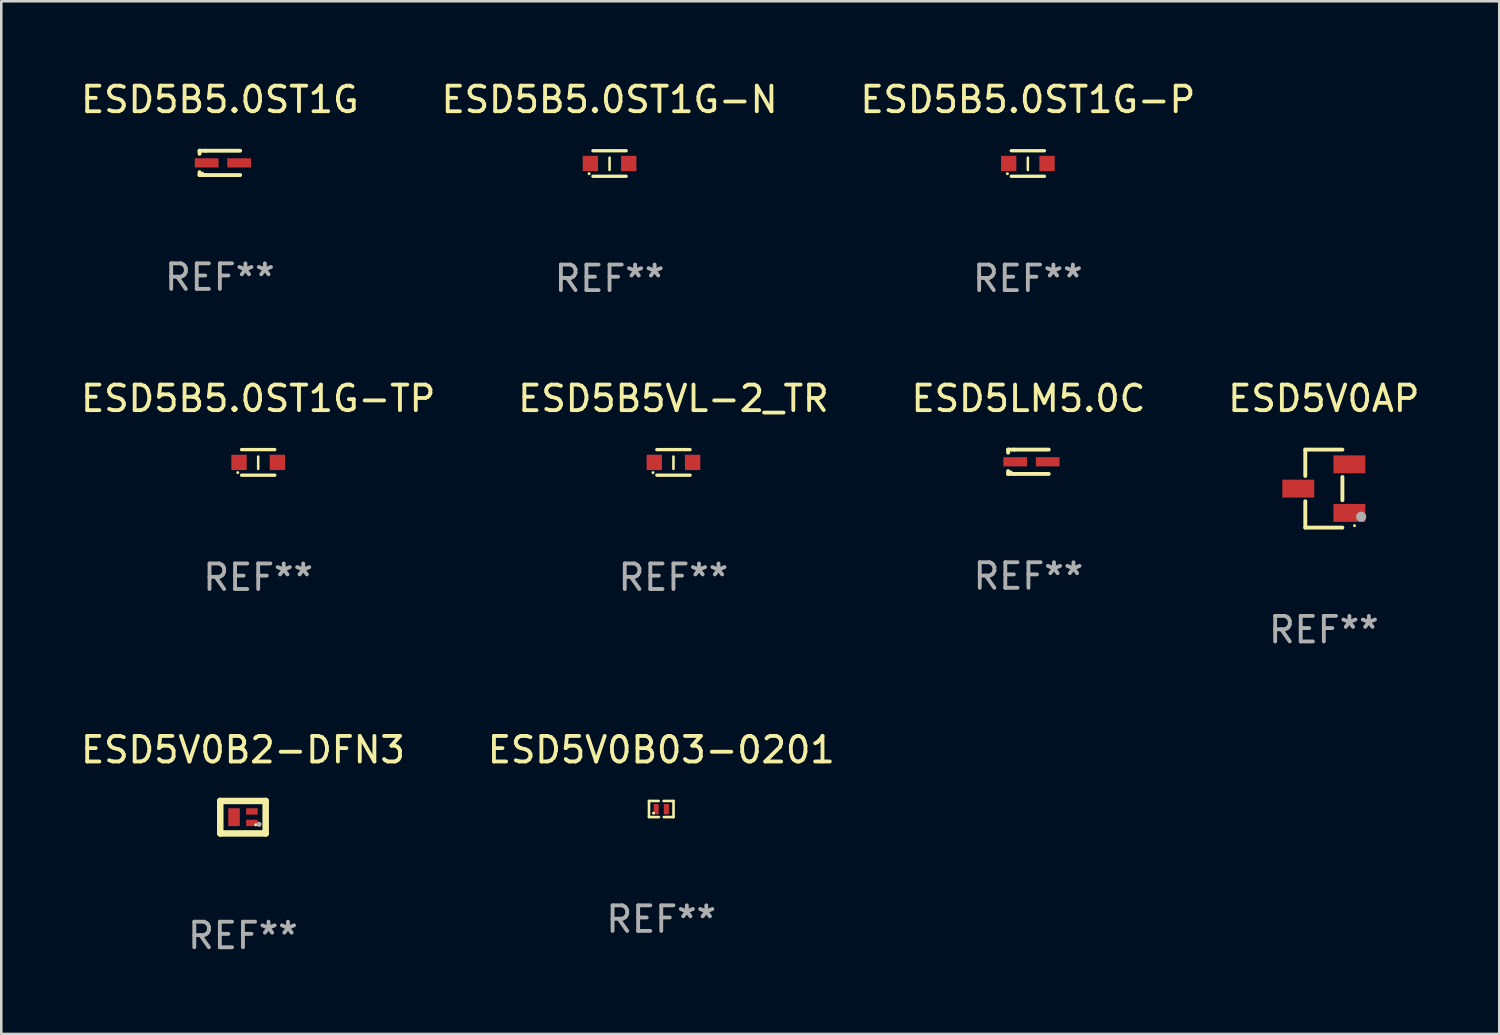
<source format=kicad_pcb>
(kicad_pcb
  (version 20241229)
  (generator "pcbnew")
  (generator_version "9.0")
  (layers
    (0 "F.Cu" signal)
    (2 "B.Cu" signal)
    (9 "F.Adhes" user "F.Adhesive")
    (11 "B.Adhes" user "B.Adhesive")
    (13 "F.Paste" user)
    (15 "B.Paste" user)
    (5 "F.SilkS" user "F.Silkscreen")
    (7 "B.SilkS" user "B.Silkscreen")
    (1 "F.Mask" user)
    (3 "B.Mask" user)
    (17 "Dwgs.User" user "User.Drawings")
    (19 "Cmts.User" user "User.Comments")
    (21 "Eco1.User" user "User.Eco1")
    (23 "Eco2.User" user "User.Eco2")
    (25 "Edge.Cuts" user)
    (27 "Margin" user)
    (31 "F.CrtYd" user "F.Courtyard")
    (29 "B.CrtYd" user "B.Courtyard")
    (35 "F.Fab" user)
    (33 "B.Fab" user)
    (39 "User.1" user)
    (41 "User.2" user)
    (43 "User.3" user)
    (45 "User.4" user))
  (footprint "ESD5V0AP"
    (layer "F.Cu")
    (at 48.756 16.071)
    (property "Reference" "ESD5V0AP" (at 0 -3.526 0) (layer "F.SilkS") (effects (font (size 1 1) (thickness 0.15))))
    (attr through_hole)
    (fp_line (start -0.726 -1.526) (end -0.726 -0.495) (stroke (width 0.152) (type solid)) (layer "F.SilkS"))
    (fp_line (start -0.726 1.526) (end -0.726 0.495) (stroke (width 0.152) (type solid)) (layer "F.SilkS"))
    (fp_line (start 0.726 -1.526) (end -0.726 -1.526) (stroke (width 0.152) (type solid)) (layer "F.SilkS"))
    (fp_line (start 0.726 -0.455) (end 0.726 0.455) (stroke (width 0.152) (type solid)) (layer "F.SilkS"))
    (fp_line (start 0.726 1.526) (end -0.726 1.526) (stroke (width 0.152) (type solid)) (layer "F.SilkS"))
    (fp_circle (center 1.2 1.45) (end 1.23 1.45) (stroke (width 0.06) (type solid)) (fill no) (layer "F.SilkS"))
    (fp_circle (center 1.46 1.1) (end 1.56 1.1) (stroke (width 0.2) (type solid)) (fill no) (layer "F.Fab"))
    (fp_text user "REF**" (at 0 5.526 0) (layer "F.Fab") (effects (font (size 1 1) (thickness 0.15))))
    (pad "1" smd rect (at 1 0.95) (size 1.25 0.7) (layers "F.Cu" "F.Mask" "F.Paste"))
    (pad "2" smd rect (at 1 -0.95) (size 1.25 0.7) (layers "F.Cu" "F.Mask" "F.Paste"))
    (pad "3" smd rect (at -1 0) (size 1.25 0.7) (layers "F.Cu" "F.Mask" "F.Paste")))
  (footprint "ESD5V0B03-0201"
    (layer "F.Cu")
    (at 22.827 28.609)
    (property "Reference" "ESD5V0B03-0201" (at 0 -2.315 0) (layer "F.SilkS") (effects (font (size 1 1) (thickness 0.15))))
    (attr through_hole)
    (fp_line (start -0.48 -0.315) (end -0.48 0.315) (stroke (width 0.102) (type solid)) (layer "F.SilkS"))
    (fp_line (start -0.48 0.315) (end -0.09 0.315) (stroke (width 0.102) (type solid)) (layer "F.SilkS"))
    (fp_line (start -0.48 -0.315) (end -0.1 -0.315) (stroke (width 0.102) (type solid)) (layer "F.SilkS"))
    (fp_line (start 0.48 0.315) (end 0.1 0.315) (stroke (width 0.102) (type solid)) (layer "F.SilkS"))
    (fp_line (start 0.48 -0.315) (end 0.09 -0.315) (stroke (width 0.102) (type solid)) (layer "F.SilkS"))
    (fp_line (start 0.48 0.315) (end 0.48 -0.315) (stroke (width 0.102) (type solid)) (layer "F.SilkS"))
    (fp_circle (center -0.305 0.16) (end -0.275 0.16) (stroke (width 0.06) (type solid)) (fill no) (layer "F.SilkS"))
    (fp_text user "REF**" (at 0 4.315 0) (layer "F.Fab") (effects (font (size 1 1) (thickness 0.15))))
    (pad "1" smd rect (at -0.2 0.005) (size 0.2 0.4) (layers "F.Cu" "F.Mask" "F.Paste"))
    (pad "2" smd rect (at 0.2 0.005) (size 0.2 0.4) (layers "F.Cu" "F.Mask" "F.Paste")))
  (footprint "ESD5LM5.0C"
    (layer "F.Cu")
    (at 37.196 15.021)
    (property "Reference" "ESD5LM5.0C" (at 0 -2.476 0) (layer "F.SilkS") (effects (font (size 1 1) (thickness 0.15))))
    (attr through_hole)
    (fp_line (start -0.795 -0.476) (end -0.795 -0.356) (stroke (width 0.152) (type solid)) (layer "F.SilkS"))
    (fp_line (start -0.795 0.363) (end -0.795 0.476) (stroke (width 0.152) (type solid)) (layer "F.SilkS"))
    (fp_line (start -0.795 0.476) (end -0.557 0.476) (stroke (width 0.152) (type solid)) (layer "F.SilkS"))
    (fp_line (start -0.557 -0.476) (end -0.795 -0.476) (stroke (width 0.152) (type solid)) (layer "F.SilkS"))
    (fp_line (start -0.557 -0.476) (end 0.795 -0.476) (stroke (width 0.152) (type solid)) (layer "F.SilkS"))
    (fp_line (start -0.557 0.476) (end 0.795 0.476) (stroke (width 0.152) (type solid)) (layer "F.SilkS"))
    (fp_circle (center -0.681 0.4) (end -0.651 0.4) (stroke (width 0.06) (type solid)) (fill no) (layer "F.SilkS"))
    (fp_text user "REF**" (at 0 4.476 0) (layer "F.Fab") (effects (font (size 1 1) (thickness 0.15))))
    (pad "1" smd rect (at -0.516 0 180) (size 0.93 0.36) (layers "F.Cu" "F.Mask" "F.Paste"))
    (pad "2" smd rect (at 0.754 0 180) (size 0.93 0.36) (layers "F.Cu" "F.Mask" "F.Paste")))
  (footprint "ESD5V0B2-DFN3"
    (layer "F.Cu")
    (at 6.458 28.929)
    (property "Reference" "ESD5V0B2-DFN3" (at 0 -2.635 0) (layer "F.SilkS") (effects (font (size 1 1) (thickness 0.15))))
    (attr through_hole)
    (fp_line (start -0.889 -0.635) (end 0.889 -0.635) (stroke (width 0.254) (type solid)) (layer "F.SilkS"))
    (fp_line (start -0.889 0.635) (end -0.889 -0.635) (stroke (width 0.254) (type solid)) (layer "F.SilkS"))
    (fp_line (start 0.889 -0.635) (end 0.889 0.635) (stroke (width 0.254) (type solid)) (layer "F.SilkS"))
    (fp_line (start 0.889 0.635) (end -0.889 0.635) (stroke (width 0.254) (type solid)) (layer "F.SilkS"))
    (fp_circle (center 0.5 0.3) (end 0.53 0.3) (stroke (width 0.06) (type solid)) (fill no) (layer "F.SilkS"))
    (fp_circle (center 0.629 0.278) (end 0.679 0.278) (stroke (width 0.1) (type solid)) (fill no) (layer "F.Fab"))
    (fp_text user "REF**" (at 0 4.635 0) (layer "F.Fab") (effects (font (size 1 1) (thickness 0.15))))
    (pad "1" smd rect (at 0.35 0.225) (size 0.45 0.25) (layers "F.Cu" "F.Mask" "F.Paste"))
    (pad "2" smd rect (at 0.35 -0.225) (size 0.45 0.25) (layers "F.Cu" "F.Mask" "F.Paste"))
    (pad "3" smd rect (at -0.35 0 180) (size 0.45 0.7) (layers "F.Cu" "F.Mask" "F.Paste")))
  (footprint "ESD5B5.0ST1G-P"
    (layer "F.Cu")
    (at 37.173 3.348)
    (property "Reference" "ESD5B5.0ST1G-P" (at 0 -2.5 0) (layer "F.SilkS") (effects (font (size 1 1) (thickness 0.15))))
    (attr through_hole)
    (fp_line (start -0.65 -0.5) (end 0.65 -0.5) (stroke (width 0.13) (type solid)) (layer "F.SilkS"))
    (fp_line (start -0.65 0.5) (end 0.65 0.5) (stroke (width 0.13) (type solid)) (layer "F.SilkS"))
    (fp_line (start 0 -0.229) (end 0 0.254) (stroke (width 0.1) (type solid)) (layer "F.SilkS"))
    (fp_circle (center -0.8 0.4) (end -0.77 0.4) (stroke (width 0.06) (type solid)) (fill no) (layer "F.SilkS"))
    (fp_text user "REF**" (at 0 4.5 0) (layer "F.Fab") (effects (font (size 1 1) (thickness 0.15))))
    (pad "1" smd rect (at -0.75 0) (size 0.6 0.6) (layers "F.Cu" "F.Mask" "F.Paste"))
    (pad "2" smd rect (at 0.75 0 180) (size 0.6 0.6) (layers "F.Cu" "F.Mask" "F.Paste")))
  (footprint "ESD5B5VL-2_TR"
    (layer "F.Cu")
    (at 23.304 15.045)
    (property "Reference" "ESD5B5VL-2_TR" (at 0 -2.5 0) (layer "F.SilkS") (effects (font (size 1 1) (thickness 0.15))))
    (attr through_hole)
    (fp_line (start -0.65 -0.5) (end 0.65 -0.5) (stroke (width 0.13) (type solid)) (layer "F.SilkS"))
    (fp_line (start -0.65 0.5) (end 0.65 0.5) (stroke (width 0.13) (type solid)) (layer "F.SilkS"))
    (fp_line (start 0 -0.229) (end 0 0.254) (stroke (width 0.1) (type solid)) (layer "F.SilkS"))
    (fp_circle (center -0.8 0.4) (end -0.77 0.4) (stroke (width 0.06) (type solid)) (fill no) (layer "F.SilkS"))
    (fp_text user "REF**" (at 0 4.5 0) (layer "F.Fab") (effects (font (size 1 1) (thickness 0.15))))
    (pad "1" smd rect (at -0.75 0) (size 0.6 0.6) (layers "F.Cu" "F.Mask" "F.Paste"))
    (pad "2" smd rect (at 0.75 0 180) (size 0.6 0.6) (layers "F.Cu" "F.Mask" "F.Paste")))
  (footprint "ESD5B5.0ST1G"
    (layer "F.Cu")
    (at 5.554 3.324)
    (property "Reference" "ESD5B5.0ST1G" (at 0 -2.476 0) (layer "F.SilkS") (effects (font (size 1 1) (thickness 0.15))))
    (attr through_hole)
    (fp_line (start -0.795 -0.476) (end -0.795 -0.356) (stroke (width 0.152) (type solid)) (layer "F.SilkS"))
    (fp_line (start -0.795 0.363) (end -0.795 0.476) (stroke (width 0.152) (type solid)) (layer "F.SilkS"))
    (fp_line (start -0.795 0.476) (end -0.557 0.476) (stroke (width 0.152) (type solid)) (layer "F.SilkS"))
    (fp_line (start -0.557 -0.476) (end -0.795 -0.476) (stroke (width 0.152) (type solid)) (layer "F.SilkS"))
    (fp_line (start -0.557 -0.476) (end 0.795 -0.476) (stroke (width 0.152) (type solid)) (layer "F.SilkS"))
    (fp_line (start -0.557 0.476) (end 0.795 0.476) (stroke (width 0.152) (type solid)) (layer "F.SilkS"))
    (fp_circle (center -0.681 0.4) (end -0.651 0.4) (stroke (width 0.06) (type solid)) (fill no) (layer "F.SilkS"))
    (fp_text user "REF**" (at 0 4.476 0) (layer "F.Fab") (effects (font (size 1 1) (thickness 0.15))))
    (pad "1" smd rect (at -0.516 0 180) (size 0.93 0.36) (layers "F.Cu" "F.Mask" "F.Paste"))
    (pad "2" smd rect (at 0.754 0 180) (size 0.93 0.36) (layers "F.Cu" "F.Mask" "F.Paste")))
  (footprint "ESD5B5.0ST1G-TP"
    (layer "F.Cu")
    (at 7.054 15.045)
    (property "Reference" "ESD5B5.0ST1G-TP" (at 0 -2.5 0) (layer "F.SilkS") (effects (font (size 1 1) (thickness 0.15))))
    (attr through_hole)
    (fp_line (start -0.65 -0.5) (end 0.65 -0.5) (stroke (width 0.13) (type solid)) (layer "F.SilkS"))
    (fp_line (start -0.65 0.5) (end 0.65 0.5) (stroke (width 0.13) (type solid)) (layer "F.SilkS"))
    (fp_line (start 0 -0.229) (end 0 0.254) (stroke (width 0.1) (type solid)) (layer "F.SilkS"))
    (fp_circle (center -0.8 0.4) (end -0.77 0.4) (stroke (width 0.06) (type solid)) (fill no) (layer "F.SilkS"))
    (fp_text user "REF**" (at 0 4.5 0) (layer "F.Fab") (effects (font (size 1 1) (thickness 0.15))))
    (pad "1" smd rect (at -0.75 0) (size 0.6 0.6) (layers "F.Cu" "F.Mask" "F.Paste"))
    (pad "2" smd rect (at 0.75 0 180) (size 0.6 0.6) (layers "F.Cu" "F.Mask" "F.Paste")))
  (footprint "ESD5B5.0ST1G-N"
    (layer "F.Cu")
    (at 20.804 3.348)
    (property "Reference" "ESD5B5.0ST1G-N" (at 0 -2.5 0) (layer "F.SilkS") (effects (font (size 1 1) (thickness 0.15))))
    (attr through_hole)
    (fp_line (start -0.65 -0.5) (end 0.65 -0.5) (stroke (width 0.13) (type solid)) (layer "F.SilkS"))
    (fp_line (start -0.65 0.5) (end 0.65 0.5) (stroke (width 0.13) (type solid)) (layer "F.SilkS"))
    (fp_line (start 0 -0.229) (end 0 0.254) (stroke (width 0.1) (type solid)) (layer "F.SilkS"))
    (fp_circle (center -0.8 0.4) (end -0.77 0.4) (stroke (width 0.06) (type solid)) (fill no) (layer "F.SilkS"))
    (fp_text user "REF**" (at 0 4.5 0) (layer "F.Fab") (effects (font (size 1 1) (thickness 0.15))))
    (pad "1" smd rect (at -0.75 0) (size 0.6 0.6) (layers "F.Cu" "F.Mask" "F.Paste"))
    (pad "2" smd rect (at 0.75 0 180) (size 0.6 0.6) (layers "F.Cu" "F.Mask" "F.Paste")))
  (gr_rect
    (start -3 -3)
    (end 55.619 37.412)
    (stroke (width 0.1) (type default))
    (fill no)
    (layer "Edge.Cuts")))
</source>
